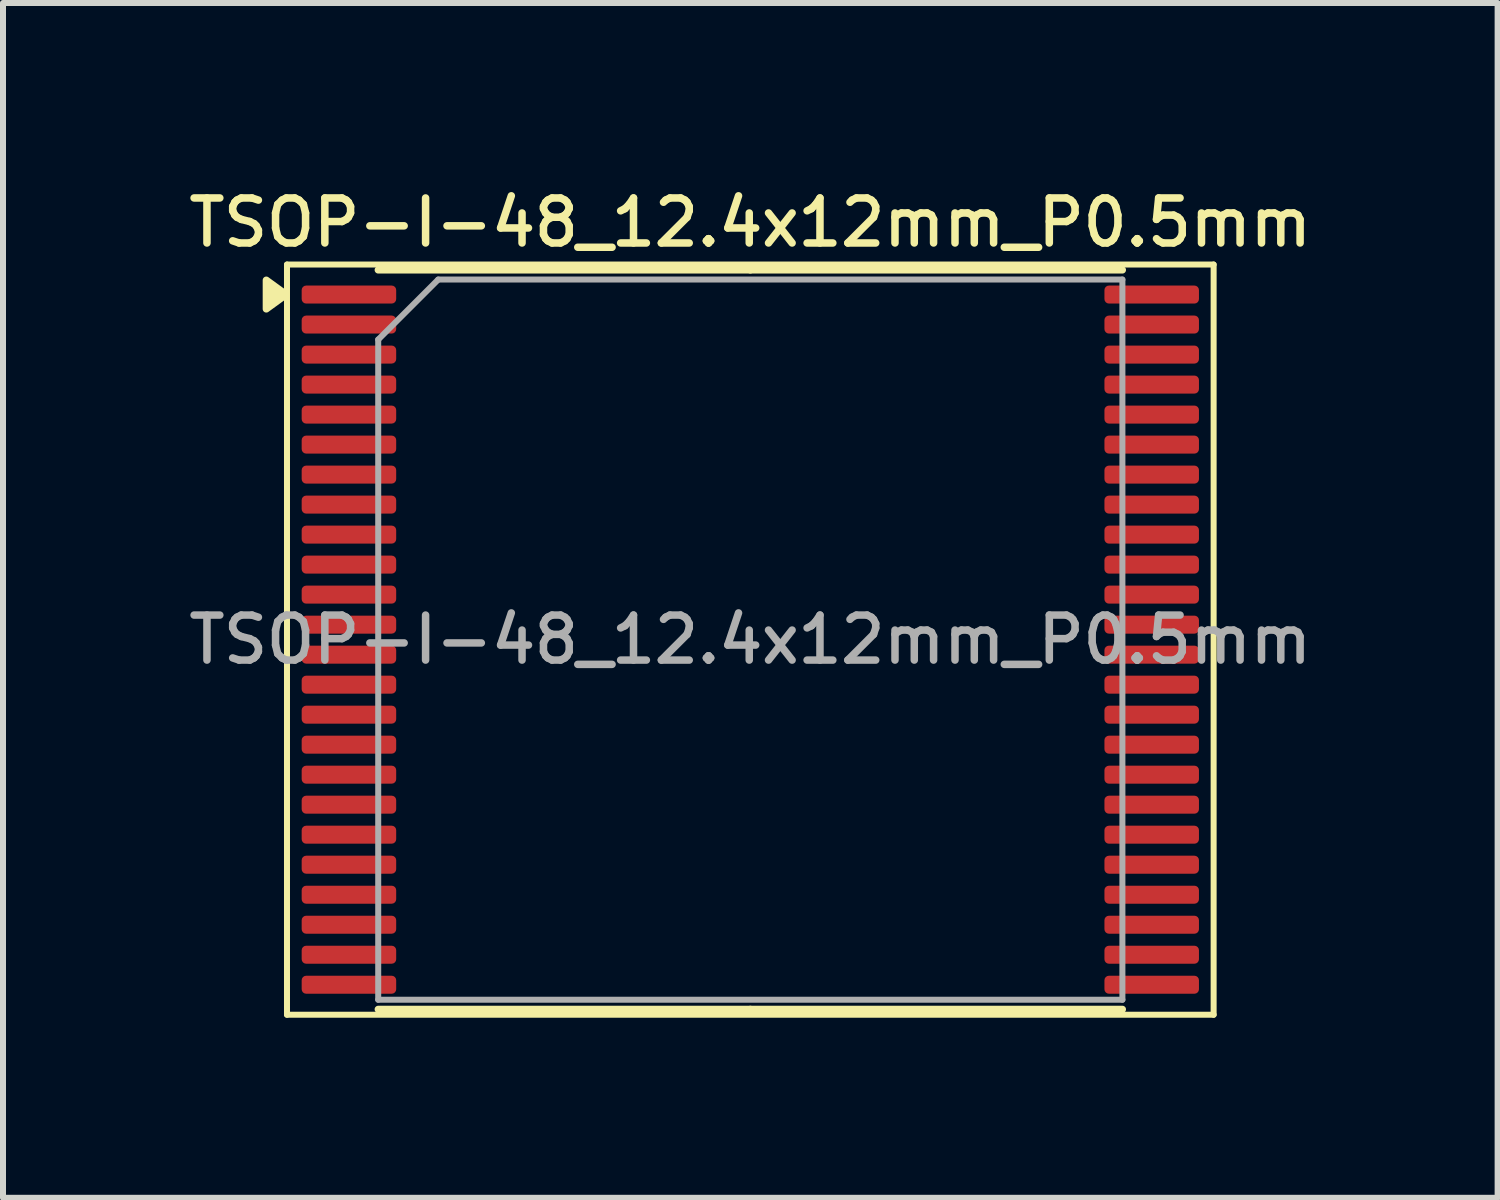
<source format=kicad_pcb>
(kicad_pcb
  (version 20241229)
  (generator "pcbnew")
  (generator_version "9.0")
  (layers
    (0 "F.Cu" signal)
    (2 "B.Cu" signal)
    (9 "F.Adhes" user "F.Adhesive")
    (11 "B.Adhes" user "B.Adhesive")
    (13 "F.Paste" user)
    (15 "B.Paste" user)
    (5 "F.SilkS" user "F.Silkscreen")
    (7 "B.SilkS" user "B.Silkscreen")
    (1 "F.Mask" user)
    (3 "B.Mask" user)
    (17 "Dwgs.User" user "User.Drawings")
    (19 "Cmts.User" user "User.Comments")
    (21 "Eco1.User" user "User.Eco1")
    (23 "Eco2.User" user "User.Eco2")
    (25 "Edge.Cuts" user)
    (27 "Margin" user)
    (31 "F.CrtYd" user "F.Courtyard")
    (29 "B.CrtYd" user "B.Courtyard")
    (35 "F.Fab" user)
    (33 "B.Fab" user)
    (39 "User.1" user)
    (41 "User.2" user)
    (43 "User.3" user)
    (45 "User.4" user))
  (footprint "TSOP-I-48_12.4x12mm_P0.5mm"
    (layer "F.Cu")
    (at 9.452 7.608)
    (property "Reference" "TSOP-I-48_12.4x12mm_P0.5mm" (at 0 -6.95 0) (layer "F.SilkS") (effects (font (size 0.75 0.75) (thickness 0.125))))
    (attr smd)
    (fp_line (start -7.72 -6.25) (end -7.72 6.25) (stroke (width 0.1) (type solid)) (layer "F.SilkS"))
    (fp_line (start -7.72 6.25) (end 7.72 6.25) (stroke (width 0.1) (type solid)) (layer "F.SilkS"))
    (fp_line (start 0 -6.16) (end -6.2 -6.16) (stroke (width 0.12) (type solid)) (layer "F.SilkS"))
    (fp_line (start 0 -6.16) (end 6.2 -6.16) (stroke (width 0.12) (type solid)) (layer "F.SilkS"))
    (fp_line (start 0 6.16) (end -6.2 6.16) (stroke (width 0.12) (type solid)) (layer "F.SilkS"))
    (fp_line (start 0 6.16) (end 6.2 6.16) (stroke (width 0.12) (type solid)) (layer "F.SilkS"))
    (fp_line (start 7.72 -6.25) (end -7.72 -6.25) (stroke (width 0.1) (type solid)) (layer "F.SilkS"))
    (fp_line (start 7.72 6.25) (end 7.72 -6.25) (stroke (width 0.1) (type solid)) (layer "F.SilkS"))
    (fp_poly (pts (xy -7.735 -5.75) (xy -8.065 -5.99) (xy -8.065 -5.51) (xy -7.735 -5.75)) (stroke (width 0.12) (type solid)) (fill yes) (layer "F.SilkS"))
    (fp_line (start -6.2 -5) (end -5.2 -6) (stroke (width 0.1) (type solid)) (layer "F.Fab"))
    (fp_line (start -6.2 6) (end -6.2 -5) (stroke (width 0.1) (type solid)) (layer "F.Fab"))
    (fp_line (start -5.2 -6) (end 6.2 -6) (stroke (width 0.1) (type solid)) (layer "F.Fab"))
    (fp_line (start 6.2 -6) (end 6.2 6) (stroke (width 0.1) (type solid)) (layer "F.Fab"))
    (fp_line (start 6.2 6) (end -6.2 6) (stroke (width 0.1) (type solid)) (layer "F.Fab"))
    (fp_text user "${REFERENCE}" (at 0 0 0) (layer "F.Fab") (effects (font (size 0.75 0.75) (thickness 0.125))))
    (pad "1" smd roundrect (at -6.688 -5.75) (size 1.575 0.3) (layers "F.Cu" "F.Mask" "F.Paste") (roundrect_rratio 0.25))
    (pad "2" smd roundrect (at -6.688 -5.25) (size 1.575 0.3) (layers "F.Cu" "F.Mask" "F.Paste") (roundrect_rratio 0.25))
    (pad "3" smd roundrect (at -6.688 -4.75) (size 1.575 0.3) (layers "F.Cu" "F.Mask" "F.Paste") (roundrect_rratio 0.25))
    (pad "4" smd roundrect (at -6.688 -4.25) (size 1.575 0.3) (layers "F.Cu" "F.Mask" "F.Paste") (roundrect_rratio 0.25))
    (pad "5" smd roundrect (at -6.688 -3.75) (size 1.575 0.3) (layers "F.Cu" "F.Mask" "F.Paste") (roundrect_rratio 0.25))
    (pad "6" smd roundrect (at -6.688 -3.25) (size 1.575 0.3) (layers "F.Cu" "F.Mask" "F.Paste") (roundrect_rratio 0.25))
    (pad "7" smd roundrect (at -6.688 -2.75) (size 1.575 0.3) (layers "F.Cu" "F.Mask" "F.Paste") (roundrect_rratio 0.25))
    (pad "8" smd roundrect (at -6.688 -2.25) (size 1.575 0.3) (layers "F.Cu" "F.Mask" "F.Paste") (roundrect_rratio 0.25))
    (pad "9" smd roundrect (at -6.688 -1.75) (size 1.575 0.3) (layers "F.Cu" "F.Mask" "F.Paste") (roundrect_rratio 0.25))
    (pad "10" smd roundrect (at -6.688 -1.25) (size 1.575 0.3) (layers "F.Cu" "F.Mask" "F.Paste") (roundrect_rratio 0.25))
    (pad "11" smd roundrect (at -6.688 -0.75) (size 1.575 0.3) (layers "F.Cu" "F.Mask" "F.Paste") (roundrect_rratio 0.25))
    (pad "12" smd roundrect (at -6.688 -0.25) (size 1.575 0.3) (layers "F.Cu" "F.Mask" "F.Paste") (roundrect_rratio 0.25))
    (pad "13" smd roundrect (at -6.688 0.25) (size 1.575 0.3) (layers "F.Cu" "F.Mask" "F.Paste") (roundrect_rratio 0.25))
    (pad "14" smd roundrect (at -6.688 0.75) (size 1.575 0.3) (layers "F.Cu" "F.Mask" "F.Paste") (roundrect_rratio 0.25))
    (pad "15" smd roundrect (at -6.688 1.25) (size 1.575 0.3) (layers "F.Cu" "F.Mask" "F.Paste") (roundrect_rratio 0.25))
    (pad "16" smd roundrect (at -6.688 1.75) (size 1.575 0.3) (layers "F.Cu" "F.Mask" "F.Paste") (roundrect_rratio 0.25))
    (pad "17" smd roundrect (at -6.688 2.25) (size 1.575 0.3) (layers "F.Cu" "F.Mask" "F.Paste") (roundrect_rratio 0.25))
    (pad "18" smd roundrect (at -6.688 2.75) (size 1.575 0.3) (layers "F.Cu" "F.Mask" "F.Paste") (roundrect_rratio 0.25))
    (pad "19" smd roundrect (at -6.688 3.25) (size 1.575 0.3) (layers "F.Cu" "F.Mask" "F.Paste") (roundrect_rratio 0.25))
    (pad "20" smd roundrect (at -6.688 3.75) (size 1.575 0.3) (layers "F.Cu" "F.Mask" "F.Paste") (roundrect_rratio 0.25))
    (pad "21" smd roundrect (at -6.688 4.25) (size 1.575 0.3) (layers "F.Cu" "F.Mask" "F.Paste") (roundrect_rratio 0.25))
    (pad "22" smd roundrect (at -6.688 4.75) (size 1.575 0.3) (layers "F.Cu" "F.Mask" "F.Paste") (roundrect_rratio 0.25))
    (pad "23" smd roundrect (at -6.688 5.25) (size 1.575 0.3) (layers "F.Cu" "F.Mask" "F.Paste") (roundrect_rratio 0.25))
    (pad "24" smd roundrect (at -6.688 5.75) (size 1.575 0.3) (layers "F.Cu" "F.Mask" "F.Paste") (roundrect_rratio 0.25))
    (pad "25" smd roundrect (at 6.688 5.75) (size 1.575 0.3) (layers "F.Cu" "F.Mask" "F.Paste") (roundrect_rratio 0.25))
    (pad "26" smd roundrect (at 6.688 5.25) (size 1.575 0.3) (layers "F.Cu" "F.Mask" "F.Paste") (roundrect_rratio 0.25))
    (pad "27" smd roundrect (at 6.688 4.75) (size 1.575 0.3) (layers "F.Cu" "F.Mask" "F.Paste") (roundrect_rratio 0.25))
    (pad "28" smd roundrect (at 6.688 4.25) (size 1.575 0.3) (layers "F.Cu" "F.Mask" "F.Paste") (roundrect_rratio 0.25))
    (pad "29" smd roundrect (at 6.688 3.75) (size 1.575 0.3) (layers "F.Cu" "F.Mask" "F.Paste") (roundrect_rratio 0.25))
    (pad "30" smd roundrect (at 6.688 3.25) (size 1.575 0.3) (layers "F.Cu" "F.Mask" "F.Paste") (roundrect_rratio 0.25))
    (pad "31" smd roundrect (at 6.688 2.75) (size 1.575 0.3) (layers "F.Cu" "F.Mask" "F.Paste") (roundrect_rratio 0.25))
    (pad "32" smd roundrect (at 6.688 2.25) (size 1.575 0.3) (layers "F.Cu" "F.Mask" "F.Paste") (roundrect_rratio 0.25))
    (pad "33" smd roundrect (at 6.688 1.75) (size 1.575 0.3) (layers "F.Cu" "F.Mask" "F.Paste") (roundrect_rratio 0.25))
    (pad "34" smd roundrect (at 6.688 1.25) (size 1.575 0.3) (layers "F.Cu" "F.Mask" "F.Paste") (roundrect_rratio 0.25))
    (pad "35" smd roundrect (at 6.688 0.75) (size 1.575 0.3) (layers "F.Cu" "F.Mask" "F.Paste") (roundrect_rratio 0.25))
    (pad "36" smd roundrect (at 6.688 0.25) (size 1.575 0.3) (layers "F.Cu" "F.Mask" "F.Paste") (roundrect_rratio 0.25))
    (pad "37" smd roundrect (at 6.688 -0.25) (size 1.575 0.3) (layers "F.Cu" "F.Mask" "F.Paste") (roundrect_rratio 0.25))
    (pad "38" smd roundrect (at 6.688 -0.75) (size 1.575 0.3) (layers "F.Cu" "F.Mask" "F.Paste") (roundrect_rratio 0.25))
    (pad "39" smd roundrect (at 6.688 -1.25) (size 1.575 0.3) (layers "F.Cu" "F.Mask" "F.Paste") (roundrect_rratio 0.25))
    (pad "40" smd roundrect (at 6.688 -1.75) (size 1.575 0.3) (layers "F.Cu" "F.Mask" "F.Paste") (roundrect_rratio 0.25))
    (pad "41" smd roundrect (at 6.688 -2.25) (size 1.575 0.3) (layers "F.Cu" "F.Mask" "F.Paste") (roundrect_rratio 0.25))
    (pad "42" smd roundrect (at 6.688 -2.75) (size 1.575 0.3) (layers "F.Cu" "F.Mask" "F.Paste") (roundrect_rratio 0.25))
    (pad "43" smd roundrect (at 6.688 -3.25) (size 1.575 0.3) (layers "F.Cu" "F.Mask" "F.Paste") (roundrect_rratio 0.25))
    (pad "44" smd roundrect (at 6.688 -3.75) (size 1.575 0.3) (layers "F.Cu" "F.Mask" "F.Paste") (roundrect_rratio 0.25))
    (pad "45" smd roundrect (at 6.688 -4.25) (size 1.575 0.3) (layers "F.Cu" "F.Mask" "F.Paste") (roundrect_rratio 0.25))
    (pad "46" smd roundrect (at 6.688 -4.75) (size 1.575 0.3) (layers "F.Cu" "F.Mask" "F.Paste") (roundrect_rratio 0.25))
    (pad "47" smd roundrect (at 6.688 -5.25) (size 1.575 0.3) (layers "F.Cu" "F.Mask" "F.Paste") (roundrect_rratio 0.25))
    (pad "48" smd roundrect (at 6.688 -5.75) (size 1.575 0.3) (layers "F.Cu" "F.Mask" "F.Paste") (roundrect_rratio 0.25)))
  (gr_rect
    (start -3 -3)
    (end 21.904 16.908)
    (stroke (width 0.1) (type default))
    (fill no)
    (layer "Edge.Cuts")))
</source>
